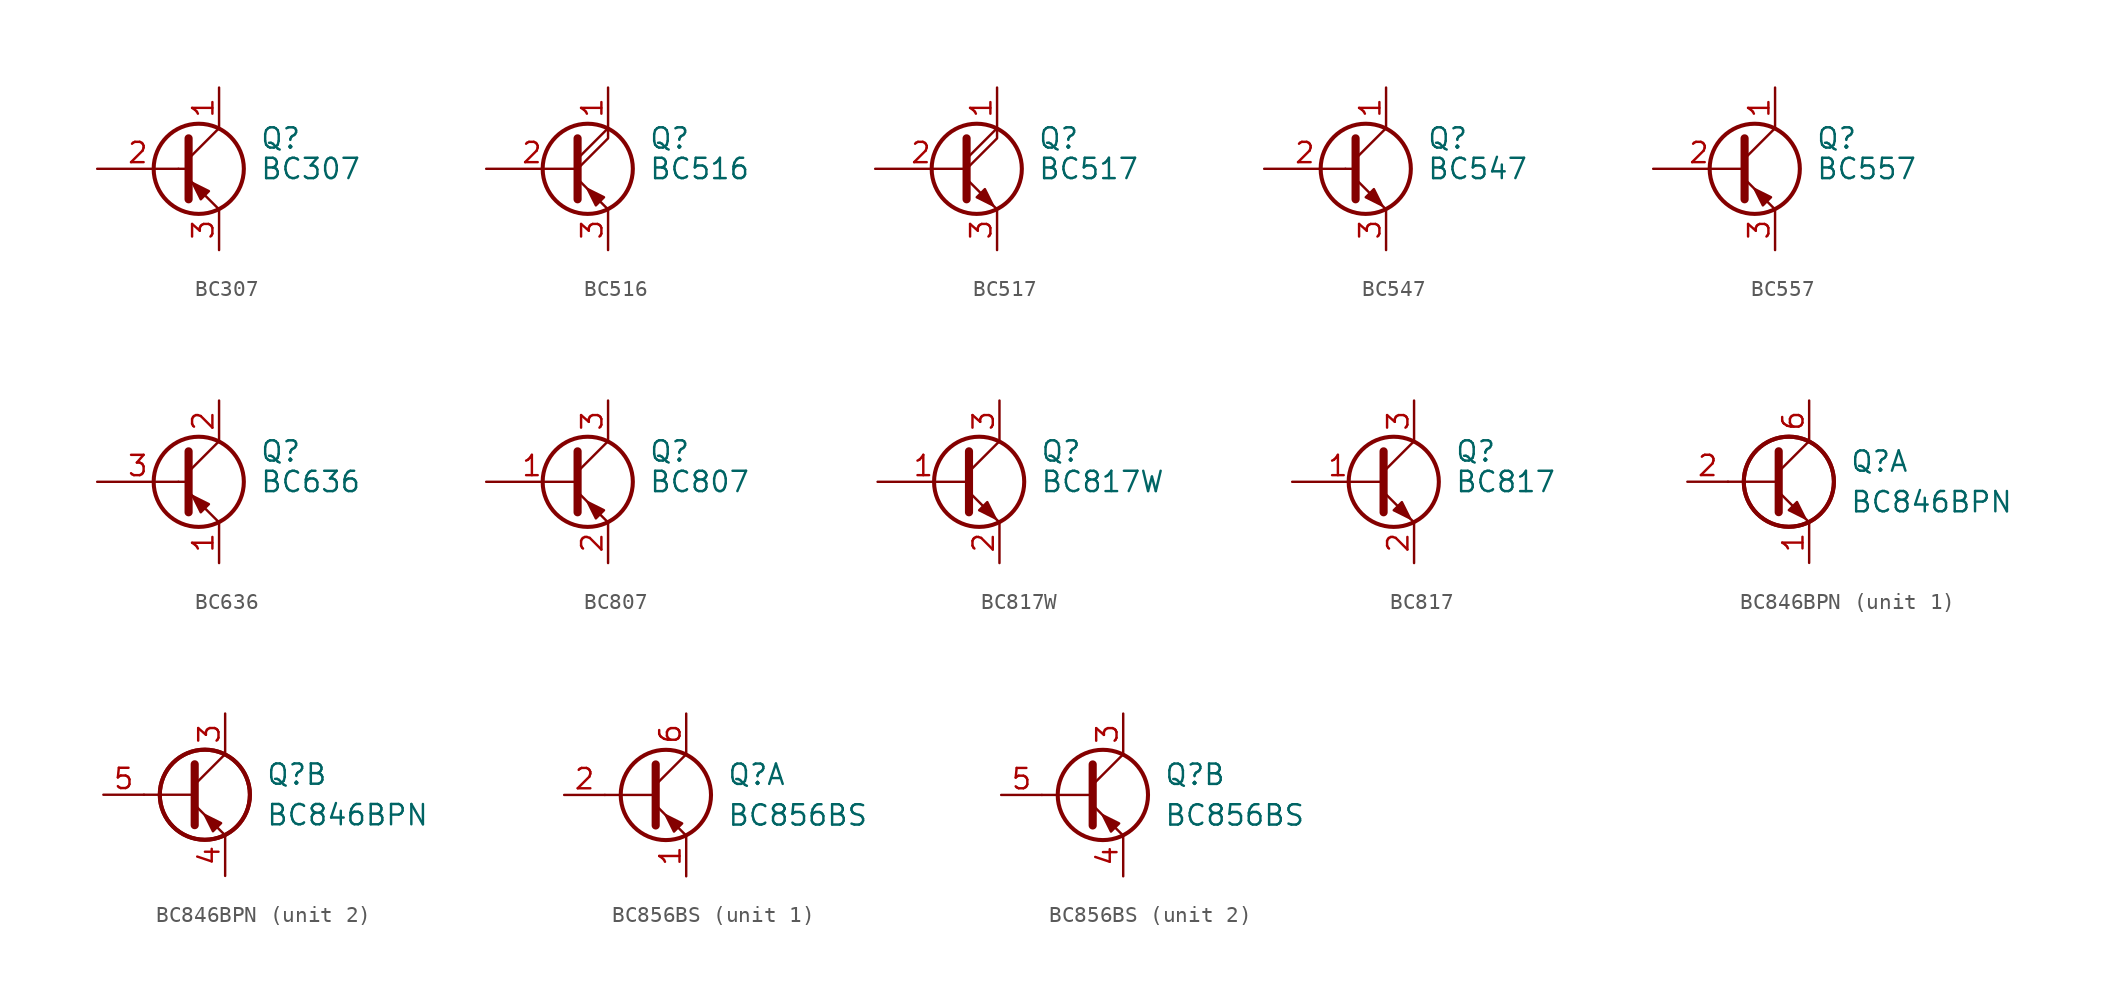
<source format=kicad_sym>
(kicad_symbol_lib
  (version 20241209)
  (generator "kicad_symbol_editor")
  (generator_version "9.0")
  (symbol "BC307"
    (pin_names
      (offset 0)
      (hide yes))
    (property "Reference" "Q"
      (at 5.08 1.905 0)
      (effects (font (size 1.27 1.27)) (justify left)))
    (property "Value" "BC307"
      (at 5.08 0 0)
      (effects (font (size 1.27 1.27)) (justify left)))
    (symbol "BC307_0_1"
      (polyline (pts (xy 0 0) (xy 0.635 0)) (stroke (width 0) (type default)) (fill (type none)))
      (polyline (pts (xy 0.635 1.905) (xy 0.635 -1.905) (xy 0.635 -1.905)) (stroke (width 0.508) (type default)) (fill (type outline)))
      (circle (center 1.27 0) (radius 2.819) (stroke (width 0.254) (type default)) (fill (type none)))
      (polyline (pts (xy 1.397 -1.905) (xy 1.905 -1.397) (xy 0.889 -0.889) (xy 1.397 -1.905) (xy 1.397 -1.905)) (stroke (width 0) (type default)) (fill (type outline)))
      (polyline (pts (xy 2.54 2.54) (xy 0.635 0.635)) (stroke (width 0) (type default)) (fill (type none)))
      (polyline (pts (xy 2.54 -2.54) (xy 0.635 -0.635)) (stroke (width 0) (type default)) (fill (type none))))
    (symbol "BC307_1_1"
      (pin input line (at -5.08 0 0) (length 5.08) (name "B" (effects (font (size 1.27 1.27)))) (number "2" (effects (font (size 1.27 1.27)))))
      (pin passive line (at 2.54 5.08 270) (length 2.54) (name "C" (effects (font (size 1.27 1.27)))) (number "1" (effects (font (size 1.27 1.27)))))
      (pin passive line (at 2.54 -5.08 90) (length 2.54) (name "E" (effects (font (size 1.27 1.27)))) (number "3" (effects (font (size 1.27 1.27)))))))
  (symbol "BC516"
    (pin_names
      (offset 0)
      (hide yes))
    (property "Reference" "Q"
      (at 5.08 1.905 0)
      (effects (font (size 1.27 1.27)) (justify left)))
    (property "Value" "BC516"
      (at 5.08 0 0)
      (effects (font (size 1.27 1.27)) (justify left)))
    (symbol "BC516_0_1"
      (polyline (pts (xy 0.635 1.905) (xy 0.635 -1.905) (xy 0.635 -1.905)) (stroke (width 0.508) (type default)) (fill (type none)))
      (polyline (pts (xy 0.635 0.635) (xy 2.54 2.54)) (stroke (width 0) (type default)) (fill (type none)))
      (polyline (pts (xy 0.635 0) (xy 2.54 1.905) (xy 2.54 2.54)) (stroke (width 0) (type default)) (fill (type none)))
      (polyline (pts (xy 0.635 -0.635) (xy 2.54 -2.54) (xy 2.54 -2.54)) (stroke (width 0) (type default)) (fill (type none)))
      (circle (center 1.27 0) (radius 2.819) (stroke (width 0.254) (type default)) (fill (type none)))
      (polyline (pts (xy 2.286 -1.778) (xy 1.778 -2.286) (xy 1.27 -1.27) (xy 2.286 -1.778) (xy 2.286 -1.778)) (stroke (width 0) (type default)) (fill (type outline))))
    (symbol "BC516_1_1"
      (pin input line (at -5.08 0 0) (length 5.715) (name "B" (effects (font (size 1.27 1.27)))) (number "2" (effects (font (size 1.27 1.27)))))
      (pin passive line (at 2.54 5.08 270) (length 2.54) (name "C" (effects (font (size 1.27 1.27)))) (number "1" (effects (font (size 1.27 1.27)))))
      (pin passive line (at 2.54 -5.08 90) (length 2.54) (name "E" (effects (font (size 1.27 1.27)))) (number "3" (effects (font (size 1.27 1.27)))))))
  (symbol "BC517"
    (pin_names
      (offset 0)
      (hide yes))
    (property "Reference" "Q"
      (at 5.08 1.905 0)
      (effects (font (size 1.27 1.27)) (justify left)))
    (property "Value" "BC517"
      (at 5.08 0 0)
      (effects (font (size 1.27 1.27)) (justify left)))
    (symbol "BC517_0_1"
      (polyline (pts (xy 0.635 1.905) (xy 0.635 -1.905) (xy 0.635 -1.905)) (stroke (width 0.508) (type default)) (fill (type none)))
      (polyline (pts (xy 0.635 0.635) (xy 2.54 2.54)) (stroke (width 0) (type default)) (fill (type none)))
      (polyline (pts (xy 0.635 0) (xy 2.54 1.905) (xy 2.54 2.54)) (stroke (width 0) (type default)) (fill (type none)))
      (polyline (pts (xy 0.635 -0.635) (xy 2.54 -2.54) (xy 2.54 -2.54)) (stroke (width 0) (type default)) (fill (type none)))
      (circle (center 1.27 0) (radius 2.819) (stroke (width 0.254) (type default)) (fill (type none)))
      (polyline (pts (xy 1.27 -1.778) (xy 1.778 -1.27) (xy 2.286 -2.286) (xy 1.27 -1.778) (xy 1.27 -1.778)) (stroke (width 0) (type default)) (fill (type outline))))
    (symbol "BC517_1_1"
      (pin input line (at -5.08 0 0) (length 5.715) (name "B" (effects (font (size 1.27 1.27)))) (number "2" (effects (font (size 1.27 1.27)))))
      (pin passive line (at 2.54 5.08 270) (length 2.54) (name "C" (effects (font (size 1.27 1.27)))) (number "1" (effects (font (size 1.27 1.27)))))
      (pin passive line (at 2.54 -5.08 90) (length 2.54) (name "E" (effects (font (size 1.27 1.27)))) (number "3" (effects (font (size 1.27 1.27)))))))
  (symbol "BC547"
    (pin_names
      (offset 0)
      (hide yes))
    (property "Reference" "Q"
      (at 5.08 1.905 0)
      (effects (font (size 1.27 1.27)) (justify left)))
    (property "Value" "BC547"
      (at 5.08 0 0)
      (effects (font (size 1.27 1.27)) (justify left)))
    (symbol "BC547_0_1"
      (polyline (pts (xy 0 0) (xy 0.635 0)) (stroke (width 0) (type default)) (fill (type none)))
      (polyline (pts (xy 0.635 1.905) (xy 0.635 -1.905) (xy 0.635 -1.905)) (stroke (width 0.508) (type default)) (fill (type none)))
      (polyline (pts (xy 0.635 0.635) (xy 2.54 2.54)) (stroke (width 0) (type default)) (fill (type none)))
      (polyline (pts (xy 0.635 -0.635) (xy 2.54 -2.54) (xy 2.54 -2.54)) (stroke (width 0) (type default)) (fill (type none)))
      (circle (center 1.27 0) (radius 2.819) (stroke (width 0.254) (type default)) (fill (type none)))
      (polyline (pts (xy 1.27 -1.778) (xy 1.778 -1.27) (xy 2.286 -2.286) (xy 1.27 -1.778) (xy 1.27 -1.778)) (stroke (width 0) (type default)) (fill (type outline))))
    (symbol "BC547_1_1"
      (pin input line (at -5.08 0 0) (length 5.08) (name "B" (effects (font (size 1.27 1.27)))) (number "2" (effects (font (size 1.27 1.27)))))
      (pin passive line (at 2.54 5.08 270) (length 2.54) (name "C" (effects (font (size 1.27 1.27)))) (number "1" (effects (font (size 1.27 1.27)))))
      (pin passive line (at 2.54 -5.08 90) (length 2.54) (name "E" (effects (font (size 1.27 1.27)))) (number "3" (effects (font (size 1.27 1.27)))))))
  (symbol "BC557"
    (pin_names
      (offset 0)
      (hide yes))
    (property "Reference" "Q"
      (at 5.08 1.905 0)
      (effects (font (size 1.27 1.27)) (justify left)))
    (property "Value" "BC557"
      (at 5.08 0 0)
      (effects (font (size 1.27 1.27)) (justify left)))
    (symbol "BC557_0_1"
      (polyline (pts (xy 0.635 1.905) (xy 0.635 -1.905) (xy 0.635 -1.905)) (stroke (width 0.508) (type default)) (fill (type none)))
      (polyline (pts (xy 0.635 0.635) (xy 2.54 2.54)) (stroke (width 0) (type default)) (fill (type none)))
      (polyline (pts (xy 0.635 -0.635) (xy 2.54 -2.54) (xy 2.54 -2.54)) (stroke (width 0) (type default)) (fill (type none)))
      (circle (center 1.27 0) (radius 2.819) (stroke (width 0.254) (type default)) (fill (type none)))
      (polyline (pts (xy 2.286 -1.778) (xy 1.778 -2.286) (xy 1.27 -1.27) (xy 2.286 -1.778) (xy 2.286 -1.778)) (stroke (width 0) (type default)) (fill (type outline))))
    (symbol "BC557_1_1"
      (pin input line (at -5.08 0 0) (length 5.715) (name "B" (effects (font (size 1.27 1.27)))) (number "2" (effects (font (size 1.27 1.27)))))
      (pin passive line (at 2.54 5.08 270) (length 2.54) (name "C" (effects (font (size 1.27 1.27)))) (number "1" (effects (font (size 1.27 1.27)))))
      (pin passive line (at 2.54 -5.08 90) (length 2.54) (name "E" (effects (font (size 1.27 1.27)))) (number "3" (effects (font (size 1.27 1.27)))))))
  (symbol "BC636"
    (pin_names
      (offset 0)
      (hide yes))
    (property "Reference" "Q"
      (at 5.08 1.905 0)
      (effects (font (size 1.27 1.27)) (justify left)))
    (property "Value" "BC636"
      (at 5.08 0 0)
      (effects (font (size 1.27 1.27)) (justify left)))
    (symbol "BC636_0_1"
      (polyline (pts (xy 0 0) (xy 0.635 0)) (stroke (width 0) (type default)) (fill (type none)))
      (polyline (pts (xy 0.635 1.905) (xy 0.635 -1.905) (xy 0.635 -1.905)) (stroke (width 0.508) (type default)) (fill (type outline)))
      (circle (center 1.27 0) (radius 2.819) (stroke (width 0.254) (type default)) (fill (type none)))
      (polyline (pts (xy 1.397 -1.905) (xy 1.905 -1.397) (xy 0.889 -0.889) (xy 1.397 -1.905) (xy 1.397 -1.905)) (stroke (width 0) (type default)) (fill (type outline)))
      (polyline (pts (xy 2.54 2.54) (xy 0.635 0.635)) (stroke (width 0) (type default)) (fill (type none)))
      (polyline (pts (xy 2.54 -2.54) (xy 0.635 -0.635)) (stroke (width 0) (type default)) (fill (type none))))
    (symbol "BC636_1_1"
      (pin input line (at -5.08 0 0) (length 5.08) (name "B" (effects (font (size 1.27 1.27)))) (number "3" (effects (font (size 1.27 1.27)))))
      (pin passive line (at 2.54 5.08 270) (length 2.54) (name "C" (effects (font (size 1.27 1.27)))) (number "2" (effects (font (size 1.27 1.27)))))
      (pin passive line (at 2.54 -5.08 90) (length 2.54) (name "E" (effects (font (size 1.27 1.27)))) (number "1" (effects (font (size 1.27 1.27)))))))
  (symbol "BC807"
    (pin_names
      (offset 0)
      (hide yes))
    (property "Reference" "Q"
      (at 5.08 1.905 0)
      (effects (font (size 1.27 1.27)) (justify left)))
    (property "Value" "BC807"
      (at 5.08 0 0)
      (effects (font (size 1.27 1.27)) (justify left)))
    (symbol "BC807_0_1"
      (polyline (pts (xy 0.635 1.905) (xy 0.635 -1.905) (xy 0.635 -1.905)) (stroke (width 0.508) (type default)) (fill (type none)))
      (polyline (pts (xy 0.635 0.635) (xy 2.54 2.54)) (stroke (width 0) (type default)) (fill (type none)))
      (polyline (pts (xy 0.635 -0.635) (xy 2.54 -2.54) (xy 2.54 -2.54)) (stroke (width 0) (type default)) (fill (type none)))
      (circle (center 1.27 0) (radius 2.819) (stroke (width 0.254) (type default)) (fill (type none)))
      (polyline (pts (xy 2.286 -1.778) (xy 1.778 -2.286) (xy 1.27 -1.27) (xy 2.286 -1.778) (xy 2.286 -1.778)) (stroke (width 0) (type default)) (fill (type outline))))
    (symbol "BC807_1_1"
      (pin input line (at -5.08 0 0) (length 5.715) (name "B" (effects (font (size 1.27 1.27)))) (number "1" (effects (font (size 1.27 1.27)))))
      (pin passive line (at 2.54 5.08 270) (length 2.54) (name "C" (effects (font (size 1.27 1.27)))) (number "3" (effects (font (size 1.27 1.27)))))
      (pin passive line (at 2.54 -5.08 90) (length 2.54) (name "E" (effects (font (size 1.27 1.27)))) (number "2" (effects (font (size 1.27 1.27)))))))
  (symbol "BC817W"
    (pin_names
      (offset 0)
      (hide yes))
    (property "Reference" "Q"
      (at 5.08 1.905 0)
      (effects (font (size 1.27 1.27)) (justify left)))
    (property "Value" "BC817W"
      (at 5.08 0 0)
      (effects (font (size 1.27 1.27)) (justify left)))
    (symbol "BC817W_0_1"
      (polyline (pts (xy 0.635 1.905) (xy 0.635 -1.905) (xy 0.635 -1.905)) (stroke (width 0.508) (type default)) (fill (type none)))
      (polyline (pts (xy 0.635 0.635) (xy 2.54 2.54)) (stroke (width 0) (type default)) (fill (type none)))
      (polyline (pts (xy 0.635 -0.635) (xy 2.54 -2.54) (xy 2.54 -2.54)) (stroke (width 0) (type default)) (fill (type none)))
      (circle (center 1.27 0) (radius 2.819) (stroke (width 0.254) (type default)) (fill (type none)))
      (polyline (pts (xy 1.27 -1.778) (xy 1.778 -1.27) (xy 2.286 -2.286) (xy 1.27 -1.778) (xy 1.27 -1.778)) (stroke (width 0) (type default)) (fill (type outline))))
    (symbol "BC817W_1_1"
      (pin input line (at -5.08 0 0) (length 5.715) (name "B" (effects (font (size 1.27 1.27)))) (number "1" (effects (font (size 1.27 1.27)))))
      (pin passive line (at 2.54 5.08 270) (length 2.54) (name "C" (effects (font (size 1.27 1.27)))) (number "3" (effects (font (size 1.27 1.27)))))
      (pin passive line (at 2.54 -5.08 90) (length 2.54) (name "E" (effects (font (size 1.27 1.27)))) (number "2" (effects (font (size 1.27 1.27)))))))
  (symbol "BC817"
    (pin_names
      (offset 0)
      (hide yes))
    (property "Reference" "Q"
      (at 5.08 1.905 0)
      (effects (font (size 1.27 1.27)) (justify left)))
    (property "Value" "BC817"
      (at 5.08 0 0)
      (effects (font (size 1.27 1.27)) (justify left)))
    (symbol "BC817_0_1"
      (polyline (pts (xy 0.635 1.905) (xy 0.635 -1.905) (xy 0.635 -1.905)) (stroke (width 0.508) (type default)) (fill (type none)))
      (polyline (pts (xy 0.635 0.635) (xy 2.54 2.54)) (stroke (width 0) (type default)) (fill (type none)))
      (polyline (pts (xy 0.635 -0.635) (xy 2.54 -2.54) (xy 2.54 -2.54)) (stroke (width 0) (type default)) (fill (type none)))
      (circle (center 1.27 0) (radius 2.819) (stroke (width 0.254) (type default)) (fill (type none)))
      (polyline (pts (xy 1.27 -1.778) (xy 1.778 -1.27) (xy 2.286 -2.286) (xy 1.27 -1.778) (xy 1.27 -1.778)) (stroke (width 0) (type default)) (fill (type outline))))
    (symbol "BC817_1_1"
      (pin input line (at -5.08 0 0) (length 5.715) (name "B" (effects (font (size 1.27 1.27)))) (number "1" (effects (font (size 1.27 1.27)))))
      (pin passive line (at 2.54 5.08 270) (length 2.54) (name "C" (effects (font (size 1.27 1.27)))) (number "3" (effects (font (size 1.27 1.27)))))
      (pin passive line (at 2.54 -5.08 90) (length 2.54) (name "E" (effects (font (size 1.27 1.27)))) (number "2" (effects (font (size 1.27 1.27)))))))
  (symbol "BC846BPN"
    (pin_names
      (offset 0)
      (hide yes))
    (property "Reference" "Q"
      (at 5.08 1.27 0)
      (effects (font (size 1.27 1.27)) (justify left)))
    (property "Value" "BC846BPN"
      (at 5.08 -1.27 0)
      (effects (font (size 1.27 1.27)) (justify left)))
    (property "ki_locked" ""
      (at 0 0 0)
      (effects (font (size 1.27 1.27))))
    (symbol "BC846BPN_0_1"
      (polyline (pts (xy 0.635 0) (xy -2.54 0)) (stroke (width 0) (type default)) (fill (type none)))
      (circle (center 1.27 0) (radius 2.819) (stroke (width 0.254) (type default)) (fill (type none)))
      (circle (center 1.27 0) (radius 2.819) (stroke (width 0.254) (type default)) (fill (type none))))
    (symbol "BC846BPN_1_1"
      (polyline (pts (xy 0.635 1.905) (xy 0.635 -1.905) (xy 0.635 -1.905)) (stroke (width 0.508) (type default)) (fill (type none)))
      (polyline (pts (xy 0.635 0.635) (xy 2.54 2.54)) (stroke (width 0) (type default)) (fill (type none)))
      (polyline (pts (xy 0.635 -0.635) (xy 2.54 -2.54) (xy 2.54 -2.54)) (stroke (width 0) (type default)) (fill (type none)))
      (polyline (pts (xy 1.27 -1.778) (xy 1.778 -1.27) (xy 2.286 -2.286) (xy 1.27 -1.778) (xy 1.27 -1.778)) (stroke (width 0) (type default)) (fill (type outline)))
      (pin input line (at -5.08 0 0) (length 2.54) (name "B1" (effects (font (size 1.27 1.27)))) (number "2" (effects (font (size 1.27 1.27)))))
      (pin passive line (at 2.54 5.08 270) (length 2.54) (name "C1" (effects (font (size 1.27 1.27)))) (number "6" (effects (font (size 1.27 1.27)))))
      (pin passive line (at 2.54 -5.08 90) (length 2.54) (name "E1" (effects (font (size 1.27 1.27)))) (number "1" (effects (font (size 1.27 1.27))))))
    (symbol "BC846BPN_2_1"
      (polyline (pts (xy 0.635 1.905) (xy 0.635 -1.905) (xy 0.635 -1.905)) (stroke (width 0.508) (type default)) (fill (type none)))
      (polyline (pts (xy 0.635 0.635) (xy 2.54 2.54)) (stroke (width 0) (type default)) (fill (type none)))
      (polyline (pts (xy 0.635 -0.635) (xy 2.54 -2.54) (xy 2.54 -2.54)) (stroke (width 0) (type default)) (fill (type none)))
      (polyline (pts (xy 2.286 -1.778) (xy 1.778 -2.286) (xy 1.27 -1.27) (xy 2.286 -1.778) (xy 2.286 -1.778)) (stroke (width 0) (type default)) (fill (type outline)))
      (pin input line (at -5.08 0 0) (length 2.54) (name "B2" (effects (font (size 1.27 1.27)))) (number "5" (effects (font (size 1.27 1.27)))))
      (pin passive line (at 2.54 5.08 270) (length 2.54) (name "C2" (effects (font (size 1.27 1.27)))) (number "3" (effects (font (size 1.27 1.27)))))
      (pin passive line (at 2.54 -5.08 90) (length 2.54) (name "E2" (effects (font (size 1.27 1.27)))) (number "4" (effects (font (size 1.27 1.27)))))))
  (symbol "BC856BS"
    (pin_names
      (offset 0)
      (hide yes))
    (property "Reference" "Q"
      (at 5.08 1.27 0)
      (effects (font (size 1.27 1.27)) (justify left)))
    (property "Value" "BC856BS"
      (at 5.08 -1.27 0)
      (effects (font (size 1.27 1.27)) (justify left)))
    (property "ki_locked" ""
      (at 0 0 0)
      (effects (font (size 1.27 1.27))))
    (symbol "BC856BS_0_1"
      (polyline (pts (xy 0.635 1.905) (xy 0.635 -1.905) (xy 0.635 -1.905)) (stroke (width 0.508) (type default)) (fill (type none)))
      (polyline (pts (xy 0.635 0.635) (xy 2.54 2.54)) (stroke (width 0) (type default)) (fill (type none)))
      (polyline (pts (xy 0.635 0) (xy -2.54 0)) (stroke (width 0) (type default)) (fill (type none)))
      (polyline (pts (xy 0.635 -0.635) (xy 2.54 -2.54) (xy 2.54 -2.54)) (stroke (width 0) (type default)) (fill (type none)))
      (circle (center 1.27 0) (radius 2.819) (stroke (width 0.254) (type default)) (fill (type none)))
      (polyline (pts (xy 2.286 -1.778) (xy 1.778 -2.286) (xy 1.27 -1.27) (xy 2.286 -1.778) (xy 2.286 -1.778)) (stroke (width 0) (type default)) (fill (type outline))))
    (symbol "BC856BS_1_1"
      (pin input line (at -5.08 0 0) (length 2.54) (name "B1" (effects (font (size 1.27 1.27)))) (number "2" (effects (font (size 1.27 1.27)))))
      (pin passive line (at 2.54 5.08 270) (length 2.54) (name "C1" (effects (font (size 1.27 1.27)))) (number "6" (effects (font (size 1.27 1.27)))))
      (pin passive line (at 2.54 -5.08 90) (length 2.54) (name "E1" (effects (font (size 1.27 1.27)))) (number "1" (effects (font (size 1.27 1.27))))))
    (symbol "BC856BS_2_1"
      (pin input line (at -5.08 0 0) (length 2.54) (name "B2" (effects (font (size 1.27 1.27)))) (number "5" (effects (font (size 1.27 1.27)))))
      (pin passive line (at 2.54 5.08 270) (length 2.54) (name "C2" (effects (font (size 1.27 1.27)))) (number "3" (effects (font (size 1.27 1.27)))))
      (pin passive line (at 2.54 -5.08 90) (length 2.54) (name "E2" (effects (font (size 1.27 1.27)))) (number "4" (effects (font (size 1.27 1.27))))))))
</source>
